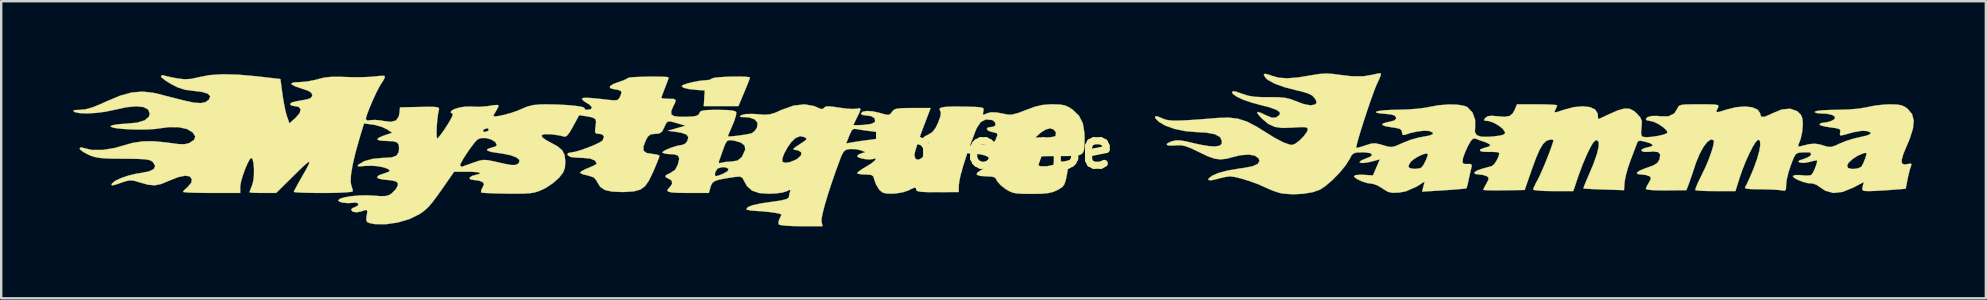
<source format=kicad_pcb>
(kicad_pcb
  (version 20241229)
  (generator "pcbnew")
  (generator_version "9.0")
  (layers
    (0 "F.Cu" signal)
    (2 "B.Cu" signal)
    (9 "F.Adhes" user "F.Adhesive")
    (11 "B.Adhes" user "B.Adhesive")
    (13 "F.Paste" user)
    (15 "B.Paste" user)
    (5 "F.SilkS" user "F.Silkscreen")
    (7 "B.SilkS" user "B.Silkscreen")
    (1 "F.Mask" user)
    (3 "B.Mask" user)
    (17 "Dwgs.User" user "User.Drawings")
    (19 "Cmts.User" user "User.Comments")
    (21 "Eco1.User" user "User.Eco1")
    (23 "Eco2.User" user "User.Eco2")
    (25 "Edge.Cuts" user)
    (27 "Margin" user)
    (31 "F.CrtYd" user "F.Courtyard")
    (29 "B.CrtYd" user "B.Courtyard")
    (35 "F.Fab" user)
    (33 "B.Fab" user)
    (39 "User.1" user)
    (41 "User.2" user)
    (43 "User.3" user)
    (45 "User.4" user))
  (footprint "Logotype"
    (layer "F.Cu")
    (at 38.288 3.144)
    (property "Reference" "Logotype" (at 0 0 0) (layer "F.SilkS") (effects (font (size 1.524 1.524) (thickness 0.3))))
    (attr through_hole)
    (fp_poly (pts (xy -10.28 -2.997) (xy -10.122 -2.98) (xy -10.083 -2.962) (xy -10.111 -2.877) (xy -10.185 -2.687) (xy -10.29 -2.428) (xy -10.325 -2.346) (xy -10.566 -1.77) (xy -12.01 -1.77) (xy -11.969 -2.425) (xy -12.277 -2.445) (xy -12.629 -2.482) (xy -12.851 -2.535) (xy -12.931 -2.603) (xy -12.931 -2.605) (xy -12.862 -2.657) (xy -12.686 -2.718) (xy -12.449 -2.777) (xy -12.195 -2.824) (xy -11.97 -2.847) (xy -11.929 -2.848) (xy -11.753 -2.872) (xy -11.661 -2.925) (xy -11.575 -2.953) (xy -11.379 -2.975) (xy -11.112 -2.992) (xy -10.814 -3.002) (xy -10.523 -3.004) (xy -10.28 -2.997)) (stroke (width 0.01) (type solid)) (fill yes) (layer "F.SilkS"))
    (fp_poly (pts (xy 16.212 -3.134) (xy 16.198 -3.052) (xy 16.129 -2.879) (xy 16.055 -2.723) (xy 15.98 -2.549) (xy 15.879 -2.279) (xy 15.759 -1.941) (xy 15.631 -1.564) (xy 15.503 -1.175) (xy 15.385 -0.803) (xy 15.286 -0.475) (xy 15.215 -0.22) (xy 15.181 -0.065) (xy 15.181 -0.033) (xy 15.262 -0.042) (xy 15.439 -0.093) (xy 15.564 -0.136) (xy 15.797 -0.209) (xy 15.976 -0.223) (xy 16.183 -0.179) (xy 16.293 -0.145) (xy 16.502 -0.084) (xy 16.656 -0.069) (xy 16.815 -0.106) (xy 17.038 -0.202) (xy 17.109 -0.235) (xy 17.43 -0.362) (xy 17.778 -0.461) (xy 17.974 -0.497) (xy 18.241 -0.547) (xy 18.375 -0.607) (xy 18.368 -0.672) (xy 18.216 -0.735) (xy 18.208 -0.737) (xy 18.004 -0.747) (xy 17.72 -0.714) (xy 17.421 -0.646) (xy 17.222 -0.578) (xy 17.116 -0.568) (xy 17.087 -0.679) (xy 17.064 -0.773) (xy 16.97 -0.833) (xy 16.771 -0.874) (xy 16.664 -0.888) (xy 16.39 -0.936) (xy 16.264 -0.99) (xy 16.288 -1.045) (xy 16.463 -1.1) (xy 16.553 -1.117) (xy 16.76 -1.17) (xy 16.84 -1.245) (xy 16.841 -1.297) (xy 16.781 -1.379) (xy 16.621 -1.427) (xy 16.413 -1.447) (xy 16.142 -1.472) (xy 16.012 -1.504) (xy 16.012 -1.539) (xy 16.13 -1.572) (xy 16.354 -1.6) (xy 16.672 -1.616) (xy 16.876 -1.619) (xy 17.293 -1.631) (xy 17.704 -1.661) (xy 18.051 -1.704) (xy 18.203 -1.733) (xy 18.618 -1.809) (xy 19.032 -1.842) (xy 19.404 -1.833) (xy 19.694 -1.781) (xy 19.815 -1.728) (xy 20.025 -1.505) (xy 20.136 -1.201) (xy 20.134 -0.891) (xy 20.126 -0.687) (xy 20.207 -0.558) (xy 20.393 -0.496) (xy 20.702 -0.493) (xy 20.9 -0.509) (xy 21.178 -0.545) (xy 21.33 -0.588) (xy 21.382 -0.648) (xy 21.381 -0.682) (xy 21.294 -0.818) (xy 21.113 -0.965) (xy 20.893 -1.087) (xy 20.687 -1.152) (xy 20.646 -1.155) (xy 20.516 -1.168) (xy 20.518 -1.227) (xy 20.557 -1.277) (xy 20.658 -1.35) (xy 20.824 -1.37) (xy 21.051 -1.35) (xy 21.366 -1.327) (xy 21.571 -1.362) (xy 21.703 -1.469) (xy 21.785 -1.622) (xy 21.878 -1.847) (xy 22.715 -1.847) (xy 23.054 -1.844) (xy 23.326 -1.833) (xy 23.502 -1.819) (xy 23.553 -1.804) (xy 23.52 -1.708) (xy 23.475 -1.615) (xy 23.44 -1.538) (xy 23.463 -1.51) (xy 23.572 -1.533) (xy 23.794 -1.607) (xy 23.834 -1.62) (xy 24.245 -1.729) (xy 24.615 -1.764) (xy 24.92 -1.731) (xy 25.136 -1.631) (xy 25.24 -1.469) (xy 25.246 -1.412) (xy 25.255 -1.273) (xy 25.27 -1.232) (xy 25.347 -1.262) (xy 25.52 -1.342) (xy 25.708 -1.431) (xy 26.079 -1.594) (xy 26.357 -1.671) (xy 26.572 -1.662) (xy 26.756 -1.568) (xy 26.869 -1.468) (xy 27.021 -1.298) (xy 27.081 -1.149) (xy 27.075 -0.946) (xy 27.066 -0.878) (xy 27.049 -0.642) (xy 27.084 -0.521) (xy 27.124 -0.493) (xy 27.27 -0.476) (xy 27.494 -0.491) (xy 27.743 -0.528) (xy 27.968 -0.58) (xy 28.118 -0.637) (xy 28.15 -0.668) (xy 28.11 -0.765) (xy 27.973 -0.892) (xy 27.783 -1.019) (xy 27.583 -1.116) (xy 27.422 -1.155) (xy 27.286 -1.181) (xy 27.247 -1.226) (xy 27.316 -1.313) (xy 27.495 -1.361) (xy 27.746 -1.362) (xy 27.861 -1.347) (xy 28.19 -1.346) (xy 28.429 -1.464) (xy 28.558 -1.66) (xy 28.595 -1.741) (xy 28.652 -1.795) (xy 28.759 -1.827) (xy 28.943 -1.842) (xy 29.234 -1.847) (xy 29.48 -1.847) (xy 29.85 -1.846) (xy 30.09 -1.839) (xy 30.224 -1.821) (xy 30.276 -1.789) (xy 30.271 -1.736) (xy 30.252 -1.698) (xy 30.193 -1.578) (xy 30.199 -1.524) (xy 30.294 -1.53) (xy 30.503 -1.592) (xy 30.607 -1.627) (xy 31.006 -1.726) (xy 31.372 -1.757) (xy 31.678 -1.724) (xy 31.9 -1.631) (xy 32.011 -1.482) (xy 32.019 -1.42) (xy 32.063 -1.325) (xy 32.202 -1.329) (xy 32.445 -1.433) (xy 32.499 -1.461) (xy 32.911 -1.631) (xy 33.261 -1.665) (xy 33.544 -1.566) (xy 33.578 -1.541) (xy 33.71 -1.412) (xy 33.773 -1.259) (xy 33.79 -1.02) (xy 33.79 -0.993) (xy 33.765 -0.699) (xy 33.703 -0.417) (xy 33.674 -0.335) (xy 33.605 -0.158) (xy 33.604 -0.089) (xy 33.681 -0.094) (xy 33.732 -0.108) (xy 34.052 -0.187) (xy 34.291 -0.207) (xy 34.514 -0.171) (xy 34.627 -0.136) (xy 34.829 -0.077) (xy 34.983 -0.073) (xy 35.159 -0.132) (xy 35.315 -0.207) (xy 35.603 -0.324) (xy 35.949 -0.429) (xy 36.159 -0.477) (xy 36.46 -0.546) (xy 36.611 -0.613) (xy 36.61 -0.676) (xy 36.462 -0.734) (xy 36.242 -0.742) (xy 35.906 -0.684) (xy 35.49 -0.57) (xy 35.358 -0.546) (xy 35.333 -0.609) (xy 35.347 -0.674) (xy 35.355 -0.765) (xy 35.299 -0.821) (xy 35.148 -0.858) (xy 34.935 -0.886) (xy 34.695 -0.925) (xy 34.53 -0.972) (xy 34.482 -1.008) (xy 34.547 -1.065) (xy 34.631 -1.078) (xy 34.816 -1.105) (xy 34.986 -1.156) (xy 35.124 -1.242) (xy 35.127 -1.33) (xy 35.012 -1.406) (xy 34.796 -1.453) (xy 34.622 -1.462) (xy 34.395 -1.476) (xy 34.29 -1.514) (xy 34.29 -1.539) (xy 34.384 -1.572) (xy 34.601 -1.597) (xy 34.913 -1.613) (xy 35.199 -1.617) (xy 35.671 -1.63) (xy 36.097 -1.665) (xy 36.428 -1.718) (xy 36.484 -1.732) (xy 36.801 -1.794) (xy 37.174 -1.836) (xy 37.421 -1.846) (xy 37.719 -1.838) (xy 37.918 -1.802) (xy 38.073 -1.724) (xy 38.171 -1.648) (xy 38.343 -1.438) (xy 38.413 -1.172) (xy 38.38 -0.834) (xy 38.245 -0.407) (xy 38.132 -0.14) (xy 37.98 0.224) (xy 37.91 0.471) (xy 37.922 0.612) (xy 38.017 0.662) (xy 38.149 0.645) (xy 38.291 0.621) (xy 38.319 0.668) (xy 38.294 0.739) (xy 38.243 0.898) (xy 38.184 1.14) (xy 38.155 1.279) (xy 38.078 1.672) (xy 37.454 1.721) (xy 37.114 1.744) (xy 36.794 1.762) (xy 36.555 1.77) (xy 36.533 1.77) (xy 36.343 1.762) (xy 36.27 1.718) (xy 36.276 1.611) (xy 36.283 1.582) (xy 36.331 1.393) (xy 35.899 1.62) (xy 35.451 1.803) (xy 35.063 1.848) (xy 34.726 1.754) (xy 34.551 1.636) (xy 34.362 1.509) (xy 34.196 1.449) (xy 34.158 1.449) (xy 34.005 1.44) (xy 33.803 1.387) (xy 33.6 1.31) (xy 33.442 1.225) (xy 33.374 1.153) (xy 33.377 1.137) (xy 33.475 1.101) (xy 33.666 1.1) (xy 33.741 1.109) (xy 33.96 1.124) (xy 34.117 1.108) (xy 34.143 1.097) (xy 34.212 1.002) (xy 34.292 0.835) (xy 34.337 0.712) (xy 35.637 0.712) (xy 35.678 0.808) (xy 35.825 0.845) (xy 35.897 0.847) (xy 36.096 0.82) (xy 36.228 0.756) (xy 36.232 0.75) (xy 36.308 0.614) (xy 36.388 0.413) (xy 36.393 0.4) (xy 36.443 0.232) (xy 36.425 0.174) (xy 36.325 0.191) (xy 36.308 0.196) (xy 36.076 0.295) (xy 35.858 0.438) (xy 35.697 0.589) (xy 35.637 0.712) (xy 34.337 0.712) (xy 34.358 0.655) (xy 34.389 0.521) (xy 34.383 0.49) (xy 34.302 0.495) (xy 34.13 0.537) (xy 34.081 0.552) (xy 33.86 0.594) (xy 33.681 0.586) (xy 33.662 0.579) (xy 33.599 0.535) (xy 33.655 0.489) (xy 33.828 0.431) (xy 34.019 0.355) (xy 34.127 0.273) (xy 34.136 0.248) (xy 34.099 0.16) (xy 34.078 0.154) (xy 33.785 0.154) (xy 33.604 0.173) (xy 33.493 0.237) (xy 33.412 0.376) (xy 33.319 0.615) (xy 33.296 0.675) (xy 33.194 0.983) (xy 33.123 1.28) (xy 33.097 1.492) (xy 33.088 1.682) (xy 33.044 1.754) (xy 32.939 1.746) (xy 32.924 1.742) (xy 32.772 1.721) (xy 32.511 1.705) (xy 32.187 1.696) (xy 32.029 1.694) (xy 31.688 1.69) (xy 31.481 1.675) (xy 31.386 1.648) (xy 31.382 1.604) (xy 31.389 1.596) (xy 31.452 1.485) (xy 31.553 1.268) (xy 31.677 0.982) (xy 31.744 0.817) (xy 31.886 0.427) (xy 31.979 0.092) (xy 32.019 -0.167) (xy 32.004 -0.328) (xy 31.93 -0.371) (xy 31.923 -0.369) (xy 31.832 -0.282) (xy 31.705 -0.079) (xy 31.558 0.207) (xy 31.406 0.546) (xy 31.263 0.906) (xy 31.158 1.212) (xy 30.983 1.77) (xy 30.167 1.77) (xy 29.828 1.767) (xy 29.55 1.757) (xy 29.367 1.743) (xy 29.311 1.73) (xy 29.325 1.648) (xy 29.398 1.466) (xy 29.517 1.217) (xy 29.559 1.133) (xy 29.722 0.797) (xy 29.867 0.453) (xy 29.983 0.135) (xy 30.06 -0.128) (xy 30.087 -0.304) (xy 30.074 -0.355) (xy 29.957 -0.381) (xy 29.811 -0.28) (xy 29.649 -0.069) (xy 29.486 0.231) (xy 29.334 0.601) (xy 29.291 0.731) (xy 29.193 1.029) (xy 29.096 1.312) (xy 29.042 1.462) (xy 28.939 1.732) (xy 28.093 1.741) (xy 27.753 1.739) (xy 27.478 1.726) (xy 27.3 1.704) (xy 27.247 1.681) (xy 27.286 1.572) (xy 27.376 1.415) (xy 27.456 1.268) (xy 27.442 1.186) (xy 27.395 1.149) (xy 27.238 1.096) (xy 27.074 1.079) (xy 26.904 1.058) (xy 26.875 1.002) (xy 26.979 0.922) (xy 27.211 0.825) (xy 27.304 0.794) (xy 27.57 0.696) (xy 27.726 0.596) (xy 27.81 0.465) (xy 27.82 0.438) (xy 27.849 0.248) (xy 27.763 0.144) (xy 27.554 0.119) (xy 27.401 0.133) (xy 27.186 0.138) (xy 27.072 0.099) (xy 27.075 0.036) (xy 27.209 -0.026) (xy 27.284 -0.043) (xy 27.487 -0.097) (xy 27.539 -0.155) (xy 27.438 -0.221) (xy 27.241 -0.283) (xy 27.038 -0.328) (xy 26.934 -0.316) (xy 26.886 -0.242) (xy 26.886 -0.241) (xy 26.839 -0.113) (xy 26.753 0.115) (xy 26.645 0.399) (xy 26.617 0.471) (xy 26.503 0.798) (xy 26.414 1.119) (xy 26.367 1.37) (xy 26.364 1.394) (xy 26.339 1.731) (xy 25.504 1.704) (xy 25.164 1.692) (xy 24.887 1.679) (xy 24.704 1.667) (xy 24.649 1.66) (xy 24.668 1.586) (xy 24.737 1.409) (xy 24.841 1.167) (xy 24.85 1.147) (xy 25.065 0.638) (xy 25.21 0.225) (xy 25.284 -0.083) (xy 25.284 -0.278) (xy 25.211 -0.352) (xy 25.142 -0.34) (xy 25.051 -0.245) (xy 24.925 -0.029) (xy 24.777 0.279) (xy 24.618 0.655) (xy 24.461 1.072) (xy 24.399 1.251) (xy 24.225 1.77) (xy 23.388 1.77) (xy 23.05 1.765) (xy 22.778 1.749) (xy 22.602 1.726) (xy 22.552 1.703) (xy 22.587 1.602) (xy 22.676 1.418) (xy 22.748 1.286) (xy 22.839 1.101) (xy 22.956 0.837) (xy 23.084 0.53) (xy 23.207 0.219) (xy 23.31 -0.059) (xy 23.379 -0.265) (xy 23.399 -0.354) (xy 23.335 -0.377) (xy 23.233 -0.371) (xy 23.094 -0.317) (xy 22.962 -0.187) (xy 22.827 0.037) (xy 22.679 0.373) (xy 22.507 0.84) (xy 22.493 0.881) (xy 22.2 1.723) (xy 21.337 1.738) (xy 20.993 1.741) (xy 20.714 1.737) (xy 20.531 1.728) (xy 20.474 1.716) (xy 20.509 1.631) (xy 20.596 1.473) (xy 20.608 1.452) (xy 20.69 1.291) (xy 20.687 1.204) (xy 20.627 1.152) (xy 20.465 1.097) (xy 20.301 1.079) (xy 20.132 1.055) (xy 20.1 0.996) (xy 20.199 0.92) (xy 20.416 0.841) (xy 20.638 0.78) (xy 20.803 0.735) (xy 20.836 0.726) (xy 20.929 0.648) (xy 21.031 0.496) (xy 21.111 0.327) (xy 21.141 0.197) (xy 21.13 0.169) (xy 21.031 0.144) (xy 20.833 0.135) (xy 20.701 0.137) (xy 20.461 0.13) (xy 20.338 0.093) (xy 20.345 0.037) (xy 20.491 -0.024) (xy 20.551 -0.038) (xy 20.733 -0.097) (xy 20.763 -0.161) (xy 20.64 -0.237) (xy 20.532 -0.278) (xy 20.319 -0.353) (xy 20.154 -0.418) (xy 20.151 -0.418) (xy 20.057 -0.421) (xy 19.96 -0.327) (xy 19.837 -0.111) (xy 19.832 -0.102) (xy 19.718 0.148) (xy 19.637 0.372) (xy 19.616 0.463) (xy 19.616 0.598) (xy 19.701 0.641) (xy 19.808 0.639) (xy 19.96 0.642) (xy 19.996 0.711) (xy 19.971 0.831) (xy 19.917 1.052) (xy 19.862 1.309) (xy 19.858 1.331) (xy 19.814 1.525) (xy 19.778 1.641) (xy 19.772 1.651) (xy 19.688 1.667) (xy 19.482 1.688) (xy 19.184 1.712) (xy 18.834 1.736) (xy 17.926 1.792) (xy 17.978 1.581) (xy 18.031 1.371) (xy 17.694 1.584) (xy 17.242 1.782) (xy 16.953 1.832) (xy 16.688 1.841) (xy 16.502 1.8) (xy 16.321 1.691) (xy 16.285 1.664) (xy 16.075 1.537) (xy 15.877 1.467) (xy 15.832 1.462) (xy 15.636 1.434) (xy 15.416 1.364) (xy 15.22 1.273) (xy 15.101 1.183) (xy 15.086 1.148) (xy 15.158 1.102) (xy 15.355 1.087) (xy 15.481 1.091) (xy 15.876 1.116) (xy 16.021 0.78) (xy 16.022 0.778) (xy 17.362 0.778) (xy 17.467 0.829) (xy 17.646 0.844) (xy 17.823 0.82) (xy 17.897 0.788) (xy 17.985 0.675) (xy 18.081 0.489) (xy 18.151 0.305) (xy 18.165 0.226) (xy 18.108 0.199) (xy 17.965 0.236) (xy 17.781 0.318) (xy 17.6 0.425) (xy 17.463 0.537) (xy 17.453 0.548) (xy 17.368 0.689) (xy 17.362 0.778) (xy 16.022 0.778) (xy 16.165 0.443) (xy 15.991 0.494) (xy 15.701 0.566) (xy 15.473 0.599) (xy 15.338 0.589) (xy 15.317 0.565) (xy 15.383 0.497) (xy 15.543 0.426) (xy 15.562 0.42) (xy 15.777 0.332) (xy 15.843 0.251) (xy 15.765 0.188) (xy 15.547 0.156) (xy 15.453 0.154) (xy 15.21 0.16) (xy 15.069 0.196) (xy 14.98 0.288) (xy 14.906 0.43) (xy 14.737 0.699) (xy 14.483 1.007) (xy 14.186 1.311) (xy 13.889 1.565) (xy 13.663 1.713) (xy 13.363 1.816) (xy 12.973 1.881) (xy 12.551 1.903) (xy 12.157 1.877) (xy 11.987 1.845) (xy 11.725 1.76) (xy 11.443 1.641) (xy 11.387 1.614) (xy 11.102 1.487) (xy 10.762 1.362) (xy 10.418 1.254) (xy 10.12 1.181) (xy 9.929 1.156) (xy 9.74 1.179) (xy 9.485 1.235) (xy 9.371 1.267) (xy 9.137 1.32) (xy 9.021 1.309) (xy 9.031 1.242) (xy 9.179 1.127) (xy 9.435 1.016) (xy 9.818 0.914) (xy 10.3 0.83) (xy 10.484 0.806) (xy 10.856 0.736) (xy 11.077 0.637) (xy 11.148 0.507) (xy 11.114 0.409) (xy 10.958 0.292) (xy 10.693 0.247) (xy 10.348 0.276) (xy 10.074 0.342) (xy 9.763 0.423) (xy 9.51 0.449) (xy 9.267 0.415) (xy 8.985 0.314) (xy 8.629 0.144) (xy 8.305 -0.012) (xy 8.07 -0.102) (xy 7.882 -0.141) (xy 7.696 -0.139) (xy 7.653 -0.134) (xy 7.409 -0.124) (xy 7.288 -0.153) (xy 7.298 -0.212) (xy 7.451 -0.29) (xy 7.496 -0.305) (xy 7.661 -0.343) (xy 7.846 -0.343) (xy 8.097 -0.301) (xy 8.392 -0.23) (xy 8.724 -0.157) (xy 9.034 -0.107) (xy 9.267 -0.091) (xy 9.304 -0.092) (xy 9.491 -0.123) (xy 9.569 -0.196) (xy 9.583 -0.308) (xy 9.51 -0.479) (xy 9.292 -0.6) (xy 8.929 -0.669) (xy 8.549 -0.688) (xy 8.073 -0.726) (xy 7.614 -0.821) (xy 7.219 -0.962) (xy 6.959 -1.116) (xy 6.81 -1.262) (xy 6.795 -1.343) (xy 6.901 -1.344) (xy 7.089 -1.266) (xy 7.199 -1.219) (xy 7.335 -1.188) (xy 7.516 -1.17) (xy 7.762 -1.168) (xy 8.093 -1.181) (xy 8.527 -1.209) (xy 9.086 -1.252) (xy 9.409 -1.279) (xy 9.864 -1.294) (xy 10.254 -1.248) (xy 10.629 -1.126) (xy 11.035 -0.914) (xy 11.305 -0.745) (xy 11.773 -0.455) (xy 12.136 -0.264) (xy 12.403 -0.168) (xy 12.513 -0.154) (xy 12.65 -0.21) (xy 12.828 -0.35) (xy 13.002 -0.528) (xy 13.127 -0.7) (xy 13.162 -0.801) (xy 13.144 -0.86) (xy 13.07 -0.892) (xy 12.911 -0.898) (xy 12.638 -0.884) (xy 12.515 -0.875) (xy 12.099 -0.861) (xy 11.785 -0.906) (xy 11.525 -1.024) (xy 11.272 -1.233) (xy 11.165 -1.342) (xy 11.054 -1.48) (xy 11.065 -1.531) (xy 11.2 -1.494) (xy 11.424 -1.388) (xy 11.656 -1.294) (xy 11.818 -1.295) (xy 11.864 -1.314) (xy 11.997 -1.419) (xy 11.992 -1.521) (xy 11.844 -1.622) (xy 11.549 -1.727) (xy 11.238 -1.806) (xy 10.82 -1.918) (xy 10.465 -2.042) (xy 10.196 -2.167) (xy 10.038 -2.282) (xy 10.006 -2.347) (xy 10.043 -2.393) (xy 10.169 -2.376) (xy 10.408 -2.292) (xy 10.41 -2.291) (xy 10.672 -2.207) (xy 10.952 -2.16) (xy 11.306 -2.144) (xy 11.532 -2.146) (xy 11.932 -2.143) (xy 12.226 -2.116) (xy 12.459 -2.059) (xy 12.582 -2.01) (xy 12.984 -1.858) (xy 13.282 -1.803) (xy 13.464 -1.841) (xy 13.529 -1.911) (xy 13.501 -2.016) (xy 13.448 -2.102) (xy 13.345 -2.212) (xy 13.177 -2.3) (xy 12.91 -2.38) (xy 12.723 -2.423) (xy 12.194 -2.559) (xy 11.78 -2.708) (xy 11.496 -2.864) (xy 11.4 -2.953) (xy 11.324 -3.08) (xy 11.376 -3.122) (xy 11.552 -3.079) (xy 11.647 -3.041) (xy 11.941 -2.957) (xy 12.296 -2.931) (xy 12.739 -2.965) (xy 13.25 -3.048) (xy 13.633 -3.111) (xy 13.939 -3.131) (xy 14.237 -3.111) (xy 14.408 -3.086) (xy 15 -3.015) (xy 15.486 -3.016) (xy 15.882 -3.085) (xy 16.077 -3.129) (xy 16.198 -3.139) (xy 16.212 -3.134)) (stroke (width 0.01) (type solid)) (fill yes) (layer "F.SilkS"))
    (fp_poly (pts (xy -31.429 -3.084) (xy -30.66 -3.017) (xy -30.546 -3.004) (xy -29.651 -2.901) (xy -29.569 -2.278) (xy -29.516 -1.938) (xy -29.452 -1.616) (xy -29.39 -1.377) (xy -29.382 -1.355) (xy -29.277 -1.054) (xy -29.019 -1.285) (xy -28.85 -1.481) (xy -28.809 -1.64) (xy -28.894 -1.742) (xy -29.054 -1.77) (xy -29.199 -1.796) (xy -29.248 -1.846) (xy -29.225 -1.895) (xy -29.136 -1.937) (xy -28.954 -1.98) (xy -28.65 -2.033) (xy -28.613 -2.039) (xy -28.411 -2.094) (xy -28.33 -2.185) (xy -28.325 -2.23) (xy -28.366 -2.331) (xy -28.509 -2.417) (xy -28.744 -2.497) (xy -29.037 -2.595) (xy -29.184 -2.675) (xy -29.184 -2.732) (xy -29.035 -2.765) (xy -28.863 -2.771) (xy -28.539 -2.798) (xy -28.195 -2.865) (xy -28.085 -2.896) (xy -27.823 -2.962) (xy -27.518 -2.993) (xy -27.126 -2.993) (xy -26.947 -2.986) (xy -26.564 -2.975) (xy -26.185 -2.979) (xy -25.872 -2.994) (xy -25.777 -3.004) (xy -25.536 -3.029) (xy -25.36 -3.035) (xy -25.303 -3.026) (xy -25.308 -2.95) (xy -25.388 -2.802) (xy -25.427 -2.747) (xy -25.532 -2.576) (xy -25.662 -2.32) (xy -25.801 -2.02) (xy -25.93 -1.718) (xy -26.032 -1.455) (xy -26.087 -1.271) (xy -26.093 -1.229) (xy -26.03 -1.172) (xy -25.903 -1.186) (xy -25.711 -1.198) (xy -25.456 -1.173) (xy -25.361 -1.154) (xy -25.041 -1.116) (xy -24.832 -1.177) (xy -24.719 -1.342) (xy -24.693 -1.475) (xy -24.669 -1.719) (xy -23.838 -1.738) (xy -23.472 -1.744) (xy -23.234 -1.74) (xy -23.1 -1.722) (xy -23.045 -1.688) (xy -23.044 -1.633) (xy -23.046 -1.629) (xy -23.083 -1.447) (xy -23.114 -1.205) (xy -23.135 -0.943) (xy -23.145 -0.699) (xy -23.141 -0.512) (xy -23.122 -0.422) (xy -23.108 -0.423) (xy -22.982 -0.57) (xy -22.837 -0.77) (xy -21.205 -0.77) (xy -21.189 -0.703) (xy -21.137 -0.693) (xy -21.004 -0.738) (xy -20.974 -0.77) (xy -20.991 -0.836) (xy -21.042 -0.847) (xy -21.175 -0.802) (xy -21.205 -0.77) (xy -22.837 -0.77) (xy -22.834 -0.774) (xy -22.687 -0.999) (xy -22.562 -1.211) (xy -22.482 -1.372) (xy -22.469 -1.447) (xy -22.471 -1.448) (xy -22.559 -1.51) (xy -22.522 -1.582) (xy -22.391 -1.653) (xy -22.194 -1.713) (xy -21.96 -1.75) (xy -21.717 -1.755) (xy -21.659 -1.75) (xy -21.363 -1.742) (xy -21.041 -1.767) (xy -20.963 -1.78) (xy -20.745 -1.813) (xy -20.597 -1.819) (xy -20.566 -1.811) (xy -20.578 -1.729) (xy -20.656 -1.583) (xy -20.745 -1.438) (xy -20.782 -1.363) (xy -20.716 -1.342) (xy -20.544 -1.363) (xy -20.304 -1.415) (xy -20.038 -1.489) (xy -19.783 -1.577) (xy -19.627 -1.643) (xy -19.362 -1.755) (xy -19.109 -1.817) (xy -18.805 -1.843) (xy -18.588 -1.846) (xy -18.163 -1.839) (xy -17.766 -1.82) (xy -17.424 -1.792) (xy -17.162 -1.756) (xy -17.008 -1.717) (xy -16.979 -1.682) (xy -16.95 -1.63) (xy -16.865 -1.616) (xy -16.704 -1.65) (xy -16.677 -1.735) (xy -16.787 -1.846) (xy -16.854 -1.884) (xy -17.011 -1.984) (xy -17.086 -2.068) (xy -17.087 -2.075) (xy -17.052 -2.109) (xy -16.932 -2.12) (xy -16.712 -2.11) (xy -16.371 -2.078) (xy -16.007 -2.036) (xy -15.761 -2.012) (xy -15.622 -2.022) (xy -15.544 -2.082) (xy -15.487 -2.188) (xy -15.437 -2.331) (xy -15.471 -2.411) (xy -15.617 -2.457) (xy -15.763 -2.478) (xy -15.914 -2.525) (xy -15.923 -2.597) (xy -15.797 -2.686) (xy -15.574 -2.769) (xy -15.356 -2.845) (xy -15.209 -2.914) (xy -15.176 -2.942) (xy -15.097 -2.964) (xy -14.904 -2.981) (xy -14.635 -2.993) (xy -14.328 -3.001) (xy -14.02 -3.002) (xy -13.749 -2.998) (xy -13.554 -2.987) (xy -13.47 -2.968) (xy -13.47 -2.966) (xy -13.496 -2.881) (xy -13.562 -2.698) (xy -13.624 -2.54) (xy -13.709 -2.318) (xy -13.765 -2.16) (xy -13.778 -2.114) (xy -13.709 -2.091) (xy -13.538 -2.079) (xy -13.47 -2.078) (xy -13.26 -2.072) (xy -13.179 -2.028) (xy -13.207 -1.911) (xy -13.283 -1.76) (xy -13.368 -1.556) (xy -13.359 -1.425) (xy -13.239 -1.353) (xy -12.993 -1.326) (xy -12.782 -1.326) (xy -12.488 -1.338) (xy -12.314 -1.366) (xy -12.225 -1.419) (xy -12.195 -1.476) (xy -12.157 -1.542) (xy -12.071 -1.584) (xy -11.909 -1.606) (xy -11.641 -1.615) (xy -11.422 -1.616) (xy -11.046 -1.609) (xy -10.805 -1.586) (xy -10.68 -1.545) (xy -10.655 -1.516) (xy -10.665 -1.397) (xy -10.727 -1.188) (xy -10.812 -0.975) (xy -10.913 -0.743) (xy -10.984 -0.576) (xy -11.007 -0.515) (xy -10.939 -0.507) (xy -10.767 -0.52) (xy -10.539 -0.547) (xy -10.302 -0.582) (xy -10.104 -0.617) (xy -9.997 -0.646) (xy -9.87 -0.756) (xy -9.791 -0.882) (xy -9.768 -1.072) (xy -9.88 -1.215) (xy -10.109 -1.297) (xy -10.282 -1.311) (xy -10.463 -1.318) (xy -10.51 -1.343) (xy -10.44 -1.396) (xy -10.438 -1.398) (xy -10.258 -1.442) (xy -9.959 -1.447) (xy -9.771 -1.434) (xy -9.473 -1.414) (xy -9.25 -1.431) (xy -9.031 -1.497) (xy -8.762 -1.616) (xy -8.267 -1.794) (xy -7.807 -1.846) (xy -7.405 -1.772) (xy -7.298 -1.725) (xy -7.126 -1.651) (xy -7.032 -1.663) (xy -6.999 -1.702) (xy -6.937 -1.75) (xy -6.813 -1.764) (xy -6.593 -1.743) (xy -6.374 -1.709) (xy -6.073 -1.67) (xy -5.812 -1.653) (xy -5.644 -1.662) (xy -5.638 -1.664) (xy -5.517 -1.686) (xy -5.476 -1.649) (xy -5.513 -1.527) (xy -5.619 -1.308) (xy -5.712 -1.121) (xy -5.767 -1.002) (xy -5.773 -0.984) (xy -5.703 -0.977) (xy -5.524 -0.98) (xy -5.344 -0.989) (xy -5.048 -1.027) (xy -4.894 -1.097) (xy -4.871 -1.131) (xy -4.886 -1.264) (xy -5.028 -1.353) (xy -5.253 -1.384) (xy -5.407 -1.407) (xy -5.465 -1.454) (xy -5.397 -1.536) (xy -5.218 -1.57) (xy -4.962 -1.553) (xy -4.688 -1.492) (xy -4.451 -1.425) (xy -4.316 -1.408) (xy -4.236 -1.443) (xy -4.168 -1.531) (xy -4.104 -1.607) (xy -4.011 -1.654) (xy -3.856 -1.68) (xy -3.607 -1.691) (xy -3.308 -1.693) (xy -2.555 -1.693) (xy -2.894 -0.801) (xy -3.025 -0.44) (xy -3.133 -0.117) (xy -3.206 0.133) (xy -3.233 0.276) (xy -3.233 0.277) (xy -3.188 0.427) (xy -3.075 0.465) (xy -2.927 0.395) (xy -2.778 0.224) (xy -2.77 0.212) (xy -2.645 -0.046) (xy -2.639 -0.103) (xy -0.915 -0.103) (xy -0.852 -0.088) (xy -0.725 -0.12) (xy -0.487 -0.166) (xy -0.223 -0.186) (xy -0.217 -0.186) (xy -0.008 -0.208) (xy 0.11 -0.298) (xy 0.156 -0.381) (xy 0.19 -0.467) (xy 1.809 -0.467) (xy 2.208 -0.464) (xy 2.443 -0.475) (xy 2.607 -0.506) (xy 2.651 -0.532) (xy 2.667 -0.676) (xy 2.572 -0.799) (xy 2.421 -0.847) (xy 2.243 -0.797) (xy 2.047 -0.676) (xy 2.025 -0.657) (xy 1.809 -0.467) (xy 0.19 -0.467) (xy 0.226 -0.556) (xy 0.207 -0.64) (xy 0.073 -0.68) (xy 0 -0.693) (xy -0.154 -0.746) (xy -0.216 -0.82) (xy -0.167 -0.88) (xy -0.115 -0.891) (xy 0.032 -0.909) (xy 0.058 -0.912) (xy 0.145 -0.973) (xy 0.136 -1.082) (xy 0.04 -1.177) (xy 0.007 -1.191) (xy -0.256 -1.217) (xy -0.468 -1.107) (xy -0.637 -0.854) (xy -0.683 -0.743) (xy -0.779 -0.491) (xy -0.86 -0.281) (xy -0.891 -0.2) (xy -0.915 -0.103) (xy -2.639 -0.103) (xy -2.629 -0.222) (xy -2.723 -0.303) (xy -2.771 -0.308) (xy -2.903 -0.339) (xy -2.907 -0.416) (xy -2.791 -0.516) (xy -2.667 -0.577) (xy -2.485 -0.688) (xy -2.345 -0.87) (xy -2.244 -1.085) (xy -2.149 -1.347) (xy -2.13 -1.51) (xy -2.162 -1.586) (xy -2.188 -1.659) (xy -2.117 -1.711) (xy -1.936 -1.742) (xy -1.629 -1.755) (xy -1.185 -1.752) (xy -1.1 -1.75) (xy -0.747 -1.741) (xy -0.522 -1.728) (xy -0.398 -1.704) (xy -0.349 -1.663) (xy -0.35 -1.597) (xy -0.36 -1.55) (xy -0.38 -1.425) (xy -0.323 -1.417) (xy -0.233 -1.462) (xy -0.053 -1.515) (xy 0.199 -1.508) (xy 0.553 -1.44) (xy 0.632 -1.421) (xy 0.817 -1.416) (xy 1.083 -1.482) (xy 1.416 -1.608) (xy 1.789 -1.747) (xy 2.107 -1.821) (xy 2.445 -1.847) (xy 2.523 -1.847) (xy 2.828 -1.839) (xy 3.04 -1.802) (xy 3.217 -1.722) (xy 3.367 -1.621) (xy 3.628 -1.369) (xy 3.787 -1.052) (xy 3.855 -0.642) (xy 3.858 -0.395) (xy 3.852 -0.124) (xy 3.833 0.067) (xy 3.777 0.192) (xy 3.661 0.264) (xy 3.461 0.298) (xy 3.156 0.308) (xy 2.721 0.308) (xy 2.702 0.308) (xy 2.312 0.311) (xy 1.98 0.321) (xy 1.733 0.336) (xy 1.602 0.354) (xy 1.591 0.359) (xy 1.587 0.451) (xy 1.688 0.566) (xy 1.853 0.673) (xy 2.036 0.736) (xy 2.296 0.734) (xy 2.641 0.658) (xy 2.736 0.627) (xy 2.976 0.55) (xy 3.148 0.501) (xy 3.211 0.491) (xy 3.207 0.57) (xy 3.179 0.759) (xy 3.134 1.02) (xy 3.131 1.038) (xy 3.074 1.32) (xy 3.014 1.494) (xy 2.926 1.605) (xy 2.783 1.697) (xy 2.729 1.726) (xy 2.551 1.804) (xy 2.351 1.852) (xy 2.086 1.878) (xy 1.716 1.886) (xy 1.649 1.886) (xy 1.286 1.882) (xy 1.036 1.867) (xy 0.857 1.832) (xy 0.709 1.769) (xy 0.558 1.677) (xy 0.361 1.522) (xy 0.224 1.369) (xy 0.193 1.311) (xy 0.135 1.214) (xy 0.012 1.167) (xy -0.219 1.155) (xy -0.232 1.155) (xy -0.504 1.136) (xy -0.634 1.084) (xy -0.617 1.002) (xy -0.452 0.894) (xy -0.428 0.882) (xy -0.21 0.733) (xy -0.103 0.561) (xy -0.124 0.397) (xy -0.165 0.344) (xy -0.3 0.28) (xy -0.524 0.231) (xy -0.65 0.218) (xy -1.031 0.192) (xy -1.204 0.731) (xy -1.292 1.041) (xy -1.356 1.332) (xy -1.382 1.539) (xy -1.386 1.809) (xy -2.271 1.814) (xy -2.669 1.813) (xy -2.935 1.801) (xy -3.089 1.776) (xy -3.152 1.736) (xy -3.156 1.718) (xy -3.17 1.638) (xy -3.236 1.629) (xy -3.387 1.693) (xy -3.482 1.742) (xy -3.704 1.817) (xy -3.992 1.866) (xy -4.139 1.876) (xy -4.398 1.871) (xy -4.559 1.829) (xy -4.677 1.733) (xy -4.707 1.698) (xy -4.834 1.487) (xy -4.902 1.294) (xy -4.944 1.158) (xy -5.031 1.096) (xy -5.21 1.078) (xy -5.282 1.078) (xy -5.485 1.066) (xy -5.605 1.036) (xy -5.619 1.02) (xy -5.557 0.954) (xy -5.398 0.843) (xy -5.234 0.746) (xy -5.033 0.62) (xy -4.895 0.508) (xy -4.836 0.43) (xy -4.875 0.408) (xy -4.965 0.434) (xy -5.11 0.452) (xy -5.305 0.434) (xy -5.489 0.393) (xy -5.605 0.338) (xy -5.619 0.313) (xy -5.555 0.244) (xy -5.446 0.197) (xy -5.272 0.146) (xy -5.462 0.069) (xy -5.676 0.022) (xy -5.913 0.016) (xy -6.072 0.044) (xy -6.177 0.121) (xy -6.266 0.285) (xy -6.321 0.423) (xy -6.516 0.955) (xy -6.695 1.473) (xy -6.85 1.953) (xy -6.975 2.374) (xy -7.061 2.712) (xy -7.103 2.943) (xy -7.103 3.024) (xy -7.063 3.233) (xy -7.953 3.233) (xy -8.315 3.227) (xy -8.613 3.21) (xy -8.815 3.184) (xy -8.889 3.157) (xy -8.894 3.036) (xy -8.855 2.932) (xy -8.791 2.797) (xy -8.775 2.745) (xy -8.845 2.713) (xy -9.03 2.676) (xy -9.29 2.64) (xy -9.588 2.611) (xy -9.871 2.593) (xy -10.085 2.574) (xy -10.216 2.542) (xy -10.237 2.523) (xy -10.17 2.435) (xy -9.965 2.354) (xy -9.617 2.28) (xy -9.206 2.221) (xy -8.807 2.162) (xy -8.561 2.102) (xy -8.468 2.041) (xy -8.467 2.034) (xy -8.44 1.88) (xy -8.417 1.806) (xy -8.396 1.721) (xy -8.458 1.728) (xy -8.551 1.775) (xy -8.722 1.827) (xy -8.987 1.865) (xy -9.275 1.881) (xy -9.694 1.852) (xy -9.997 1.75) (xy -10.21 1.561) (xy -10.323 1.358) (xy -10.397 1.219) (xy -10.495 1.166) (xy -10.673 1.175) (xy -10.731 1.183) (xy -11.12 1.243) (xy -11.384 1.295) (xy -11.551 1.353) (xy -11.649 1.426) (xy -11.704 1.527) (xy -11.727 1.598) (xy -11.799 1.847) (xy -12.673 1.847) (xy -13.081 1.842) (xy -13.351 1.825) (xy -13.496 1.79) (xy -13.531 1.733) (xy -13.47 1.65) (xy -13.431 1.616) (xy -13.327 1.466) (xy -13.35 1.328) (xy -13.47 1.254) (xy -13.604 1.189) (xy -13.589 1.11) (xy -13.539 1.084) (xy -11.545 1.084) (xy -11.531 1.14) (xy -11.464 1.143) (xy -11.308 1.089) (xy -11.191 1.041) (xy -11.011 0.934) (xy -10.979 0.841) (xy -11.092 0.782) (xy -11.234 0.77) (xy -11.438 0.829) (xy -11.538 0.998) (xy -11.545 1.084) (xy -13.539 1.084) (xy -13.425 1.024) (xy -13.401 1.015) (xy -13.202 0.882) (xy -13.088 0.663) (xy -13.058 0.533) (xy -11.379 0.533) (xy -11.374 0.607) (xy -11.283 0.591) (xy -11.119 0.556) (xy -10.889 0.539) (xy -10.848 0.539) (xy -10.799 0.53) (xy -8.74 0.53) (xy -8.734 0.542) (xy -8.623 0.59) (xy -8.429 0.564) (xy -8.2 0.474) (xy -8.101 0.416) (xy -7.955 0.276) (xy -7.948 0.153) (xy -8.078 0.073) (xy -8.14 0.063) (xy -8.255 0.044) (xy -8.277 0.01) (xy -8.194 -0.061) (xy -8.006 -0.186) (xy -7.957 -0.219) (xy -6.073 -0.219) (xy -5.75 -0.274) (xy -5.475 -0.317) (xy -5.15 -0.36) (xy -5.004 -0.377) (xy -4.731 -0.423) (xy -4.589 -0.491) (xy -4.558 -0.547) (xy -4.576 -0.622) (xy -4.685 -0.673) (xy -4.913 -0.711) (xy -4.98 -0.719) (xy -5.264 -0.754) (xy -5.513 -0.792) (xy -5.624 -0.813) (xy -5.754 -0.825) (xy -5.841 -0.763) (xy -5.926 -0.593) (xy -5.947 -0.539) (xy -6.073 -0.219) (xy -7.957 -0.219) (xy -7.812 -0.316) (xy -7.731 -0.393) (xy -7.75 -0.443) (xy -7.836 -0.487) (xy -7.997 -0.52) (xy -8.166 -0.45) (xy -8.219 -0.413) (xy -8.369 -0.264) (xy -8.52 -0.051) (xy -8.648 0.182) (xy -8.729 0.39) (xy -8.74 0.53) (xy -10.799 0.53) (xy -10.595 0.494) (xy -10.418 0.343) (xy -10.293 0.065) (xy -10.284 0.037) (xy -10.305 -0.126) (xy -10.464 -0.253) (xy -10.746 -0.334) (xy -10.801 -0.342) (xy -10.951 -0.352) (xy -11.044 -0.312) (xy -11.118 -0.189) (xy -11.198 0.024) (xy -11.284 0.268) (xy -11.353 0.462) (xy -11.379 0.533) (xy -13.058 0.533) (xy -13.033 0.425) (xy -13.079 0.292) (xy -13.243 0.237) (xy -13.393 0.231) (xy -13.595 0.215) (xy -13.721 0.175) (xy -13.734 0.163) (xy -13.691 0.107) (xy -13.544 0.031) (xy -13.34 -0.049) (xy -13.124 -0.116) (xy -12.941 -0.152) (xy -12.9 -0.154) (xy -12.775 -0.215) (xy -12.696 -0.316) (xy -12.652 -0.473) (xy -12.728 -0.584) (xy -12.935 -0.66) (xy -13.143 -0.695) (xy -13.508 -0.744) (xy -13.142 -0.85) (xy -12.775 -0.956) (xy -13.103 -1.054) (xy -13.345 -1.123) (xy -13.483 -1.137) (xy -13.564 -1.082) (xy -13.633 -0.944) (xy -13.657 -0.885) (xy -13.753 -0.704) (xy -13.874 -0.629) (xy -14.034 -0.616) (xy -14.222 -0.594) (xy -14.34 -0.501) (xy -14.428 -0.343) (xy -14.527 -0.079) (xy -14.516 0.09) (xy -14.386 0.182) (xy -14.181 0.216) (xy -13.981 0.243) (xy -13.866 0.283) (xy -13.855 0.299) (xy -13.883 0.393) (xy -13.96 0.591) (xy -14.071 0.856) (xy -14.117 0.963) (xy -14.288 1.321) (xy -14.454 1.562) (xy -14.653 1.707) (xy -14.921 1.781) (xy -15.293 1.806) (xy -15.443 1.807) (xy -15.847 1.789) (xy -16.13 1.723) (xy -16.322 1.596) (xy -16.451 1.395) (xy -16.476 1.335) (xy -16.59 1.201) (xy -16.824 1.122) (xy -16.852 1.117) (xy -17.046 1.07) (xy -17.155 1.017) (xy -17.164 1) (xy -17.099 0.938) (xy -16.932 0.851) (xy -16.818 0.804) (xy -16.616 0.717) (xy -16.491 0.645) (xy -16.472 0.621) (xy -16.543 0.496) (xy -16.744 0.414) (xy -17.053 0.385) (xy -17.058 0.385) (xy -17.312 0.376) (xy -17.515 0.354) (xy -17.581 0.338) (xy -17.694 0.259) (xy -17.667 0.186) (xy -17.515 0.154) (xy -17.512 0.154) (xy -17.348 0.126) (xy -17.104 0.052) (xy -16.824 -0.049) (xy -16.554 -0.16) (xy -16.339 -0.264) (xy -16.225 -0.342) (xy -16.223 -0.345) (xy -16.166 -0.501) (xy -16.247 -0.597) (xy -16.366 -0.616) (xy -16.494 -0.627) (xy -16.541 -0.69) (xy -16.531 -0.848) (xy -16.52 -0.919) (xy -16.498 -1.124) (xy -16.536 -1.241) (xy -16.667 -1.305) (xy -16.902 -1.349) (xy -17.203 -1.394) (xy -17.459 -0.922) (xy -17.608 -0.667) (xy -17.718 -0.531) (xy -17.807 -0.495) (xy -17.844 -0.505) (xy -17.991 -0.542) (xy -18.228 -0.58) (xy -18.386 -0.598) (xy -18.649 -0.603) (xy -18.768 -0.559) (xy -18.741 -0.472) (xy -18.568 -0.348) (xy -18.419 -0.269) (xy -18.103 -0.096) (xy -17.909 0.07) (xy -17.81 0.263) (xy -17.78 0.517) (xy -17.78 0.55) (xy -17.797 0.802) (xy -17.87 0.993) (xy -18.028 1.198) (xy -18.05 1.222) (xy -18.285 1.432) (xy -18.578 1.628) (xy -18.724 1.703) (xy -18.901 1.777) (xy -19.07 1.828) (xy -19.265 1.859) (xy -19.521 1.874) (xy -19.872 1.878) (xy -20.189 1.876) (xy -20.578 1.869) (xy -20.908 1.858) (xy -21.152 1.845) (xy -21.28 1.83) (xy -21.291 1.825) (xy -21.286 1.738) (xy -21.23 1.622) (xy -21.168 1.488) (xy -21.211 1.407) (xy -21.244 1.384) (xy -21.406 1.328) (xy -21.571 1.31) (xy -21.739 1.28) (xy -21.772 1.213) (xy -21.672 1.139) (xy -21.552 1.105) (xy -21.368 1.055) (xy -21.332 1.014) (xy -21.436 0.983) (xy -21.674 0.965) (xy -21.867 0.962) (xy -22.412 0.962) (xy -22.856 1.599) (xy -23.115 1.965) (xy -23.312 2.229) (xy -23.472 2.417) (xy -23.617 2.556) (xy -23.771 2.672) (xy -23.868 2.736) (xy -24.278 2.936) (xy -24.759 3.078) (xy -25.256 3.151) (xy -25.715 3.145) (xy -25.926 3.106) (xy -26.045 3.052) (xy -26.077 2.947) (xy -26.057 2.799) (xy -26.029 2.614) (xy -26.064 2.552) (xy -26.195 2.583) (xy -26.279 2.615) (xy -26.475 2.654) (xy -26.636 2.628) (xy -26.708 2.547) (xy -26.708 2.541) (xy -26.645 2.476) (xy -26.555 2.441) (xy -26.416 2.368) (xy -26.409 2.288) (xy -26.517 2.246) (xy -26.612 2.255) (xy -26.817 2.271) (xy -27.027 2.255) (xy -27.189 2.213) (xy -27.247 2.158) (xy -27.176 2.091) (xy -26.986 2.03) (xy -26.712 1.983) (xy -26.389 1.952) (xy -26.051 1.944) (xy -25.807 1.956) (xy -25.492 1.979) (xy -25.286 1.976) (xy -25.145 1.943) (xy -25.028 1.874) (xy -25.002 1.853) (xy -24.849 1.696) (xy -24.762 1.541) (xy -24.76 1.437) (xy -24.834 1.368) (xy -25.01 1.324) (xy -25.313 1.293) (xy -25.344 1.291) (xy -25.56 1.251) (xy -25.628 1.185) (xy -25.544 1.107) (xy -25.367 1.045) (xy -25.188 0.986) (xy -25.096 0.932) (xy -25.092 0.922) (xy -25.162 0.849) (xy -25.342 0.783) (xy -25.59 0.734) (xy -25.862 0.71) (xy -26.104 0.718) (xy -26.331 0.74) (xy -26.43 0.732) (xy -26.424 0.697) (xy -22.167 0.697) (xy -22.113 0.756) (xy -22.071 0.749) (xy -21.948 0.704) (xy -21.735 0.628) (xy -21.578 0.572) (xy -21.364 0.501) (xy -21.196 0.471) (xy -21.017 0.479) (xy -20.772 0.527) (xy -20.615 0.563) (xy -20.26 0.642) (xy -20.022 0.681) (xy -19.869 0.681) (xy -19.771 0.643) (xy -19.708 0.582) (xy -19.692 0.473) (xy -19.813 0.369) (xy -20.054 0.277) (xy -20.398 0.206) (xy -20.538 0.188) (xy -20.847 0.141) (xy -21.017 0.088) (xy -21.044 0.032) (xy -20.923 -0.023) (xy -20.859 -0.038) (xy -20.698 -0.089) (xy -20.629 -0.14) (xy -20.629 -0.141) (xy -20.7 -0.278) (xy -20.872 -0.383) (xy -21.092 -0.442) (xy -21.307 -0.438) (xy -21.445 -0.377) (xy -21.558 -0.255) (xy -21.71 -0.057) (xy -21.874 0.178) (xy -22.023 0.41) (xy -22.13 0.597) (xy -22.167 0.697) (xy -26.424 0.697) (xy -26.423 0.69) (xy -26.396 0.662) (xy -26.155 0.521) (xy -25.805 0.425) (xy -25.384 0.385) (xy -25.327 0.385) (xy -25.01 0.364) (xy -24.817 0.291) (xy -24.725 0.15) (xy -24.707 -0.011) (xy -24.725 -0.172) (xy -24.8 -0.264) (xy -24.963 -0.308) (xy -25.246 -0.32) (xy -25.504 -0.336) (xy -25.612 -0.379) (xy -25.569 -0.446) (xy -25.374 -0.534) (xy -25.313 -0.555) (xy -24.994 -0.661) (xy -25.216 -0.808) (xy -25.433 -0.909) (xy -25.709 -0.986) (xy -25.804 -1.002) (xy -26.169 -1.05) (xy -26.356 -0.429) (xy -26.522 0.159) (xy -26.641 0.667) (xy -26.71 1.08) (xy -26.726 1.378) (xy -26.703 1.515) (xy -26.649 1.684) (xy -26.632 1.775) (xy -26.705 1.801) (xy -26.911 1.822) (xy -27.228 1.838) (xy -27.634 1.846) (xy -27.863 1.847) (xy -28.279 1.845) (xy -28.635 1.837) (xy -28.905 1.827) (xy -29.063 1.813) (xy -29.095 1.803) (xy -29.059 1.72) (xy -28.963 1.54) (xy -28.828 1.298) (xy -28.797 1.245) (xy -28.595 0.891) (xy -28.475 0.662) (xy -28.441 0.554) (xy -28.498 0.565) (xy -28.651 0.693) (xy -28.904 0.935) (xy -29.068 1.097) (xy -29.829 1.847) (xy -30.385 1.847) (xy -30.656 1.844) (xy -30.854 1.834) (xy -30.941 1.82) (xy -30.942 1.818) (xy -30.915 1.735) (xy -30.848 1.566) (xy -30.826 1.511) (xy -30.778 1.322) (xy -30.755 1.074) (xy -30.755 0.813) (xy -30.778 0.582) (xy -30.82 0.426) (xy -30.865 0.385) (xy -30.934 0.452) (xy -31.027 0.627) (xy -31.128 0.866) (xy -31.223 1.13) (xy -31.294 1.377) (xy -31.326 1.565) (xy -31.327 1.583) (xy -31.327 1.847) (xy -32.52 1.847) (xy -32.929 1.844) (xy -33.277 1.837) (xy -33.539 1.825) (xy -33.688 1.81) (xy -33.713 1.801) (xy -33.658 1.726) (xy -33.527 1.608) (xy -33.516 1.599) (xy -33.367 1.42) (xy -33.343 1.28) (xy -33.426 1.158) (xy -33.62 1.127) (xy -33.91 1.186) (xy -34.282 1.333) (xy -34.295 1.339) (xy -34.623 1.475) (xy -34.894 1.529) (xy -35.174 1.503) (xy -35.501 1.411) (xy -35.745 1.339) (xy -35.92 1.321) (xy -36.102 1.358) (xy -36.257 1.411) (xy -36.515 1.498) (xy -36.653 1.532) (xy -36.696 1.515) (xy -36.671 1.454) (xy -36.538 1.344) (xy -36.296 1.228) (xy -35.988 1.123) (xy -35.655 1.043) (xy -35.469 1.015) (xy -35.129 0.95) (xy -34.929 0.851) (xy -34.872 0.721) (xy -34.964 0.564) (xy -34.968 0.559) (xy -35.042 0.505) (xy -35.152 0.466) (xy -35.326 0.442) (xy -35.59 0.428) (xy -35.968 0.422) (xy -36.198 0.421) (xy -36.649 0.417) (xy -36.979 0.405) (xy -37.221 0.382) (xy -37.408 0.344) (xy -37.573 0.287) (xy -37.657 0.25) (xy -37.864 0.14) (xy -37.996 0.04) (xy -38.023 -0.005) (xy -37.968 -0.056) (xy -37.888 -0.036) (xy -37.517 0.054) (xy -37.058 0.055) (xy -36.55 -0.029) (xy -36.262 -0.112) (xy -35.808 -0.24) (xy -35.376 -0.305) (xy -34.916 -0.308) (xy -34.376 -0.254) (xy -34.216 -0.231) (xy -33.887 -0.189) (xy -33.663 -0.184) (xy -33.501 -0.216) (xy -33.431 -0.245) (xy -33.242 -0.373) (xy -33.202 -0.508) (xy -33.306 -0.67) (xy -33.318 -0.682) (xy -33.548 -0.818) (xy -33.886 -0.891) (xy -34.296 -0.896) (xy -34.657 -0.849) (xy -34.903 -0.816) (xy -35.213 -0.799) (xy -35.556 -0.795) (xy -35.903 -0.803) (xy -36.224 -0.822) (xy -36.489 -0.85) (xy -36.668 -0.887) (xy -36.733 -0.93) (xy -36.725 -0.944) (xy -36.614 -0.984) (xy -36.394 -1.018) (xy -36.109 -1.039) (xy -36.065 -1.041) (xy -35.618 -1.084) (xy -35.306 -1.18) (xy -35.134 -1.328) (xy -35.098 -1.461) (xy -35.165 -1.632) (xy -35.36 -1.733) (xy -35.67 -1.764) (xy -36.086 -1.723) (xy -36.566 -1.618) (xy -36.934 -1.54) (xy -37.324 -1.489) (xy -37.694 -1.468) (xy -38.005 -1.478) (xy -38.217 -1.521) (xy -38.254 -1.539) (xy -38.283 -1.586) (xy -38.181 -1.61) (xy -38.008 -1.615) (xy -37.77 -1.64) (xy -37.488 -1.719) (xy -37.128 -1.864) (xy -36.892 -1.972) (xy -36.335 -2.206) (xy -35.851 -2.339) (xy -35.399 -2.377) (xy -34.943 -2.326) (xy -34.752 -2.283) (xy -34.44 -2.202) (xy -34.059 -2.105) (xy -33.69 -2.011) (xy -33.679 -2.008) (xy -33.267 -1.919) (xy -32.971 -1.897) (xy -32.764 -1.942) (xy -32.629 -2.047) (xy -32.578 -2.184) (xy -32.677 -2.29) (xy -32.924 -2.365) (xy -33.243 -2.403) (xy -33.626 -2.453) (xy -33.947 -2.557) (xy -34.204 -2.689) (xy -34.426 -2.827) (xy -34.582 -2.946) (xy -34.636 -3.016) (xy -34.581 -3.063) (xy -34.526 -3.053) (xy -34.393 -3.017) (xy -34.165 -2.968) (xy -33.968 -2.93) (xy -33.649 -2.891) (xy -33.369 -2.907) (xy -33.058 -2.977) (xy -32.61 -3.064) (xy -32.073 -3.1) (xy -31.429 -3.084)) (stroke (width 0.01) (type solid)) (fill yes) (layer "F.SilkS")))
  (gr_rect
    (start -3 -3)
    (end 79.706 9.381)
    (stroke (width 0.1) (type default))
    (fill no)
    (layer "Edge.Cuts")))
</source>
